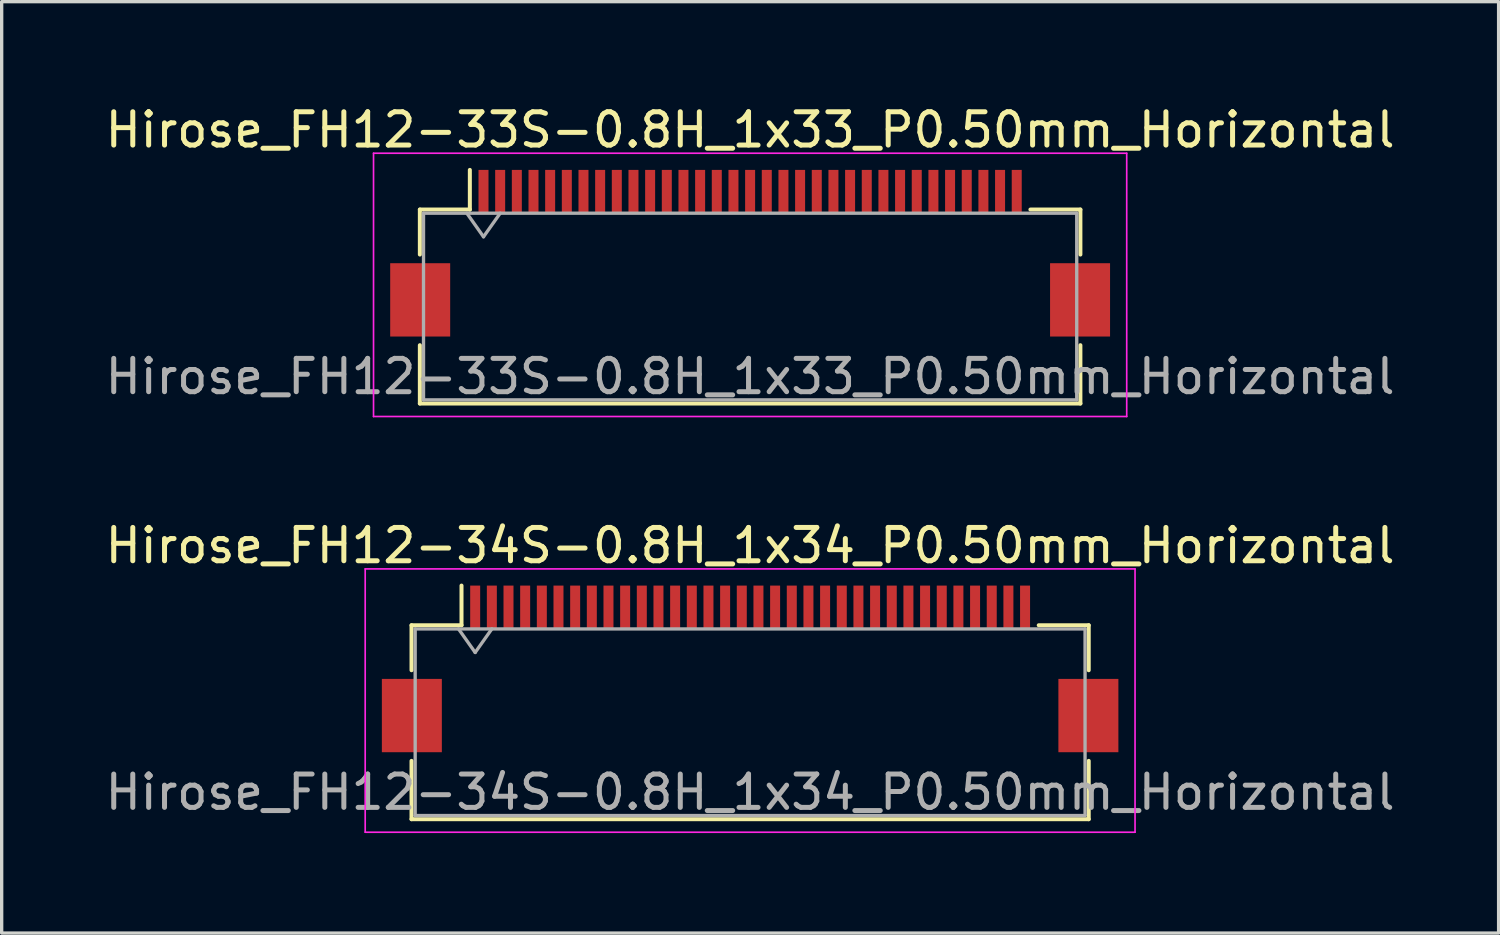
<source format=kicad_pcb>
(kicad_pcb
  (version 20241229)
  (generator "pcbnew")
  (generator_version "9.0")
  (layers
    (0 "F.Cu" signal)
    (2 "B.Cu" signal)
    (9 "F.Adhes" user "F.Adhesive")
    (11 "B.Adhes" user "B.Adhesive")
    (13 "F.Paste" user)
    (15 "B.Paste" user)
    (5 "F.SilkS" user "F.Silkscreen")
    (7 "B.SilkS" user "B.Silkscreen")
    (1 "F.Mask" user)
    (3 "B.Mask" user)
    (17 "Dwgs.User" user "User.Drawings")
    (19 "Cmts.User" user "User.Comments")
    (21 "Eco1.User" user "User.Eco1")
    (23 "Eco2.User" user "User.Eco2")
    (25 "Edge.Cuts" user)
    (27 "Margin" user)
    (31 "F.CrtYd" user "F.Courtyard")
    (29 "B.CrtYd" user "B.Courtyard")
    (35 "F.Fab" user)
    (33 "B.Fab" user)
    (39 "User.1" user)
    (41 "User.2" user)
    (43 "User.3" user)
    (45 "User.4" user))
  (footprint "Hirose_FH12-34S-0.8H_1x34_P0.50mm_Horizontal"
    (layer "F.Cu")
    (at 19.458 17.021)
    (property "Reference" "Hirose_FH12-34S-0.8H_1x34_P0.50mm_Horizontal" (at 0 -3.7 0) (layer "F.SilkS") (effects (font (size 1 1) (thickness 0.15))))
    (attr smd)
    (fp_line (start -10.16 -1.31) (end -8.66 -1.31) (stroke (width 0.12) (type solid)) (layer "F.SilkS"))
    (fp_line (start -10.16 0.04) (end -10.16 -1.31) (stroke (width 0.12) (type solid)) (layer "F.SilkS"))
    (fp_line (start -10.16 2.76) (end -10.16 4.51) (stroke (width 0.12) (type solid)) (layer "F.SilkS"))
    (fp_line (start -10.16 4.51) (end 10.16 4.51) (stroke (width 0.12) (type solid)) (layer "F.SilkS"))
    (fp_line (start -8.66 -1.31) (end -8.66 -2.5) (stroke (width 0.12) (type solid)) (layer "F.SilkS"))
    (fp_line (start 10.16 -1.31) (end 8.66 -1.31) (stroke (width 0.12) (type solid)) (layer "F.SilkS"))
    (fp_line (start 10.16 0.04) (end 10.16 -1.31) (stroke (width 0.12) (type solid)) (layer "F.SilkS"))
    (fp_line (start 10.16 4.51) (end 10.16 2.76) (stroke (width 0.12) (type solid)) (layer "F.SilkS"))
    (fp_line (start -11.55 -3) (end -11.55 4.9) (stroke (width 0.05) (type solid)) (layer "F.CrtYd"))
    (fp_line (start -11.55 4.9) (end 11.55 4.9) (stroke (width 0.05) (type solid)) (layer "F.CrtYd"))
    (fp_line (start 11.55 -3) (end -11.55 -3) (stroke (width 0.05) (type solid)) (layer "F.CrtYd"))
    (fp_line (start 11.55 4.9) (end 11.55 -3) (stroke (width 0.05) (type solid)) (layer "F.CrtYd"))
    (fp_line (start -10.05 -1.2) (end -10.05 4.4) (stroke (width 0.1) (type solid)) (layer "F.Fab"))
    (fp_line (start -10.05 -1.2) (end 10.05 -1.2) (stroke (width 0.1) (type solid)) (layer "F.Fab"))
    (fp_line (start -10.05 4.4) (end 10.05 4.4) (stroke (width 0.1) (type solid)) (layer "F.Fab"))
    (fp_line (start -8.75 -1.2) (end -8.25 -0.493) (stroke (width 0.1) (type solid)) (layer "F.Fab"))
    (fp_line (start -8.25 -0.493) (end -7.75 -1.2) (stroke (width 0.1) (type solid)) (layer "F.Fab"))
    (fp_line (start 10.05 -1.2) (end 10.05 4.4) (stroke (width 0.1) (type solid)) (layer "F.Fab"))
    (fp_text user "${REFERENCE}" (at 0 3.7 0) (layer "F.Fab") (effects (font (size 1 1) (thickness 0.15))))
    (pad "" smd rect (at -10.15 1.4) (size 1.8 2.2) (layers "F.Cu" "F.Mask" "F.Paste"))
    (pad "" smd rect (at 10.15 1.4) (size 1.8 2.2) (layers "F.Cu" "F.Mask" "F.Paste"))
    (pad "1" smd rect (at -8.25 -1.85) (size 0.3 1.3) (layers "F.Cu" "F.Mask" "F.Paste"))
    (pad "2" smd rect (at -7.75 -1.85) (size 0.3 1.3) (layers "F.Cu" "F.Mask" "F.Paste"))
    (pad "3" smd rect (at -7.25 -1.85) (size 0.3 1.3) (layers "F.Cu" "F.Mask" "F.Paste"))
    (pad "4" smd rect (at -6.75 -1.85) (size 0.3 1.3) (layers "F.Cu" "F.Mask" "F.Paste"))
    (pad "5" smd rect (at -6.25 -1.85) (size 0.3 1.3) (layers "F.Cu" "F.Mask" "F.Paste"))
    (pad "6" smd rect (at -5.75 -1.85) (size 0.3 1.3) (layers "F.Cu" "F.Mask" "F.Paste"))
    (pad "7" smd rect (at -5.25 -1.85) (size 0.3 1.3) (layers "F.Cu" "F.Mask" "F.Paste"))
    (pad "8" smd rect (at -4.75 -1.85) (size 0.3 1.3) (layers "F.Cu" "F.Mask" "F.Paste"))
    (pad "9" smd rect (at -4.25 -1.85) (size 0.3 1.3) (layers "F.Cu" "F.Mask" "F.Paste"))
    (pad "10" smd rect (at -3.75 -1.85) (size 0.3 1.3) (layers "F.Cu" "F.Mask" "F.Paste"))
    (pad "11" smd rect (at -3.25 -1.85) (size 0.3 1.3) (layers "F.Cu" "F.Mask" "F.Paste"))
    (pad "12" smd rect (at -2.75 -1.85) (size 0.3 1.3) (layers "F.Cu" "F.Mask" "F.Paste"))
    (pad "13" smd rect (at -2.25 -1.85) (size 0.3 1.3) (layers "F.Cu" "F.Mask" "F.Paste"))
    (pad "14" smd rect (at -1.75 -1.85) (size 0.3 1.3) (layers "F.Cu" "F.Mask" "F.Paste"))
    (pad "15" smd rect (at -1.25 -1.85) (size 0.3 1.3) (layers "F.Cu" "F.Mask" "F.Paste"))
    (pad "16" smd rect (at -0.75 -1.85) (size 0.3 1.3) (layers "F.Cu" "F.Mask" "F.Paste"))
    (pad "17" smd rect (at -0.25 -1.85) (size 0.3 1.3) (layers "F.Cu" "F.Mask" "F.Paste"))
    (pad "18" smd rect (at 0.25 -1.85) (size 0.3 1.3) (layers "F.Cu" "F.Mask" "F.Paste"))
    (pad "19" smd rect (at 0.75 -1.85) (size 0.3 1.3) (layers "F.Cu" "F.Mask" "F.Paste"))
    (pad "20" smd rect (at 1.25 -1.85) (size 0.3 1.3) (layers "F.Cu" "F.Mask" "F.Paste"))
    (pad "21" smd rect (at 1.75 -1.85) (size 0.3 1.3) (layers "F.Cu" "F.Mask" "F.Paste"))
    (pad "22" smd rect (at 2.25 -1.85) (size 0.3 1.3) (layers "F.Cu" "F.Mask" "F.Paste"))
    (pad "23" smd rect (at 2.75 -1.85) (size 0.3 1.3) (layers "F.Cu" "F.Mask" "F.Paste"))
    (pad "24" smd rect (at 3.25 -1.85) (size 0.3 1.3) (layers "F.Cu" "F.Mask" "F.Paste"))
    (pad "25" smd rect (at 3.75 -1.85) (size 0.3 1.3) (layers "F.Cu" "F.Mask" "F.Paste"))
    (pad "26" smd rect (at 4.25 -1.85) (size 0.3 1.3) (layers "F.Cu" "F.Mask" "F.Paste"))
    (pad "27" smd rect (at 4.75 -1.85) (size 0.3 1.3) (layers "F.Cu" "F.Mask" "F.Paste"))
    (pad "28" smd rect (at 5.25 -1.85) (size 0.3 1.3) (layers "F.Cu" "F.Mask" "F.Paste"))
    (pad "29" smd rect (at 5.75 -1.85) (size 0.3 1.3) (layers "F.Cu" "F.Mask" "F.Paste"))
    (pad "30" smd rect (at 6.25 -1.85) (size 0.3 1.3) (layers "F.Cu" "F.Mask" "F.Paste"))
    (pad "31" smd rect (at 6.75 -1.85) (size 0.3 1.3) (layers "F.Cu" "F.Mask" "F.Paste"))
    (pad "32" smd rect (at 7.25 -1.85) (size 0.3 1.3) (layers "F.Cu" "F.Mask" "F.Paste"))
    (pad "33" smd rect (at 7.75 -1.85) (size 0.3 1.3) (layers "F.Cu" "F.Mask" "F.Paste"))
    (pad "34" smd rect (at 8.25 -1.85) (size 0.3 1.3) (layers "F.Cu" "F.Mask" "F.Paste")))
  (footprint "Hirose_FH12-33S-0.8H_1x33_P0.50mm_Horizontal"
    (layer "F.Cu")
    (at 19.458 4.548)
    (property "Reference" "Hirose_FH12-33S-0.8H_1x33_P0.50mm_Horizontal" (at 0 -3.7 0) (layer "F.SilkS") (effects (font (size 1 1) (thickness 0.15))))
    (attr smd)
    (fp_line (start -9.91 -1.31) (end -8.41 -1.31) (stroke (width 0.12) (type solid)) (layer "F.SilkS"))
    (fp_line (start -9.91 0.04) (end -9.91 -1.31) (stroke (width 0.12) (type solid)) (layer "F.SilkS"))
    (fp_line (start -9.91 2.76) (end -9.91 4.51) (stroke (width 0.12) (type solid)) (layer "F.SilkS"))
    (fp_line (start -9.91 4.51) (end 9.91 4.51) (stroke (width 0.12) (type solid)) (layer "F.SilkS"))
    (fp_line (start -8.41 -1.31) (end -8.41 -2.5) (stroke (width 0.12) (type solid)) (layer "F.SilkS"))
    (fp_line (start 9.91 -1.31) (end 8.41 -1.31) (stroke (width 0.12) (type solid)) (layer "F.SilkS"))
    (fp_line (start 9.91 0.04) (end 9.91 -1.31) (stroke (width 0.12) (type solid)) (layer "F.SilkS"))
    (fp_line (start 9.91 4.51) (end 9.91 2.76) (stroke (width 0.12) (type solid)) (layer "F.SilkS"))
    (fp_line (start -11.3 -3) (end -11.3 4.9) (stroke (width 0.05) (type solid)) (layer "F.CrtYd"))
    (fp_line (start -11.3 4.9) (end 11.3 4.9) (stroke (width 0.05) (type solid)) (layer "F.CrtYd"))
    (fp_line (start 11.3 -3) (end -11.3 -3) (stroke (width 0.05) (type solid)) (layer "F.CrtYd"))
    (fp_line (start 11.3 4.9) (end 11.3 -3) (stroke (width 0.05) (type solid)) (layer "F.CrtYd"))
    (fp_line (start -9.8 -1.2) (end -9.8 4.4) (stroke (width 0.1) (type solid)) (layer "F.Fab"))
    (fp_line (start -9.8 -1.2) (end 9.8 -1.2) (stroke (width 0.1) (type solid)) (layer "F.Fab"))
    (fp_line (start -9.8 4.4) (end 9.8 4.4) (stroke (width 0.1) (type solid)) (layer "F.Fab"))
    (fp_line (start -8.5 -1.2) (end -8 -0.493) (stroke (width 0.1) (type solid)) (layer "F.Fab"))
    (fp_line (start -8 -0.493) (end -7.5 -1.2) (stroke (width 0.1) (type solid)) (layer "F.Fab"))
    (fp_line (start 9.8 -1.2) (end 9.8 4.4) (stroke (width 0.1) (type solid)) (layer "F.Fab"))
    (fp_text user "${REFERENCE}" (at 0 3.7 0) (layer "F.Fab") (effects (font (size 1 1) (thickness 0.15))))
    (pad "" smd rect (at -9.9 1.4) (size 1.8 2.2) (layers "F.Cu" "F.Mask" "F.Paste"))
    (pad "" smd rect (at 9.9 1.4) (size 1.8 2.2) (layers "F.Cu" "F.Mask" "F.Paste"))
    (pad "1" smd rect (at -8 -1.85) (size 0.3 1.3) (layers "F.Cu" "F.Mask" "F.Paste"))
    (pad "2" smd rect (at -7.5 -1.85) (size 0.3 1.3) (layers "F.Cu" "F.Mask" "F.Paste"))
    (pad "3" smd rect (at -7 -1.85) (size 0.3 1.3) (layers "F.Cu" "F.Mask" "F.Paste"))
    (pad "4" smd rect (at -6.5 -1.85) (size 0.3 1.3) (layers "F.Cu" "F.Mask" "F.Paste"))
    (pad "5" smd rect (at -6 -1.85) (size 0.3 1.3) (layers "F.Cu" "F.Mask" "F.Paste"))
    (pad "6" smd rect (at -5.5 -1.85) (size 0.3 1.3) (layers "F.Cu" "F.Mask" "F.Paste"))
    (pad "7" smd rect (at -5 -1.85) (size 0.3 1.3) (layers "F.Cu" "F.Mask" "F.Paste"))
    (pad "8" smd rect (at -4.5 -1.85) (size 0.3 1.3) (layers "F.Cu" "F.Mask" "F.Paste"))
    (pad "9" smd rect (at -4 -1.85) (size 0.3 1.3) (layers "F.Cu" "F.Mask" "F.Paste"))
    (pad "10" smd rect (at -3.5 -1.85) (size 0.3 1.3) (layers "F.Cu" "F.Mask" "F.Paste"))
    (pad "11" smd rect (at -3 -1.85) (size 0.3 1.3) (layers "F.Cu" "F.Mask" "F.Paste"))
    (pad "12" smd rect (at -2.5 -1.85) (size 0.3 1.3) (layers "F.Cu" "F.Mask" "F.Paste"))
    (pad "13" smd rect (at -2 -1.85) (size 0.3 1.3) (layers "F.Cu" "F.Mask" "F.Paste"))
    (pad "14" smd rect (at -1.5 -1.85) (size 0.3 1.3) (layers "F.Cu" "F.Mask" "F.Paste"))
    (pad "15" smd rect (at -1 -1.85) (size 0.3 1.3) (layers "F.Cu" "F.Mask" "F.Paste"))
    (pad "16" smd rect (at -0.5 -1.85) (size 0.3 1.3) (layers "F.Cu" "F.Mask" "F.Paste"))
    (pad "17" smd rect (at 0 -1.85) (size 0.3 1.3) (layers "F.Cu" "F.Mask" "F.Paste"))
    (pad "18" smd rect (at 0.5 -1.85) (size 0.3 1.3) (layers "F.Cu" "F.Mask" "F.Paste"))
    (pad "19" smd rect (at 1 -1.85) (size 0.3 1.3) (layers "F.Cu" "F.Mask" "F.Paste"))
    (pad "20" smd rect (at 1.5 -1.85) (size 0.3 1.3) (layers "F.Cu" "F.Mask" "F.Paste"))
    (pad "21" smd rect (at 2 -1.85) (size 0.3 1.3) (layers "F.Cu" "F.Mask" "F.Paste"))
    (pad "22" smd rect (at 2.5 -1.85) (size 0.3 1.3) (layers "F.Cu" "F.Mask" "F.Paste"))
    (pad "23" smd rect (at 3 -1.85) (size 0.3 1.3) (layers "F.Cu" "F.Mask" "F.Paste"))
    (pad "24" smd rect (at 3.5 -1.85) (size 0.3 1.3) (layers "F.Cu" "F.Mask" "F.Paste"))
    (pad "25" smd rect (at 4 -1.85) (size 0.3 1.3) (layers "F.Cu" "F.Mask" "F.Paste"))
    (pad "26" smd rect (at 4.5 -1.85) (size 0.3 1.3) (layers "F.Cu" "F.Mask" "F.Paste"))
    (pad "27" smd rect (at 5 -1.85) (size 0.3 1.3) (layers "F.Cu" "F.Mask" "F.Paste"))
    (pad "28" smd rect (at 5.5 -1.85) (size 0.3 1.3) (layers "F.Cu" "F.Mask" "F.Paste"))
    (pad "29" smd rect (at 6 -1.85) (size 0.3 1.3) (layers "F.Cu" "F.Mask" "F.Paste"))
    (pad "30" smd rect (at 6.5 -1.85) (size 0.3 1.3) (layers "F.Cu" "F.Mask" "F.Paste"))
    (pad "31" smd rect (at 7 -1.85) (size 0.3 1.3) (layers "F.Cu" "F.Mask" "F.Paste"))
    (pad "32" smd rect (at 7.5 -1.85) (size 0.3 1.3) (layers "F.Cu" "F.Mask" "F.Paste"))
    (pad "33" smd rect (at 8 -1.85) (size 0.3 1.3) (layers "F.Cu" "F.Mask" "F.Paste")))
  (gr_rect
    (start -3 -3)
    (end 41.917 24.947)
    (stroke (width 0.1) (type default))
    (fill no)
    (layer "Edge.Cuts")))
</source>
